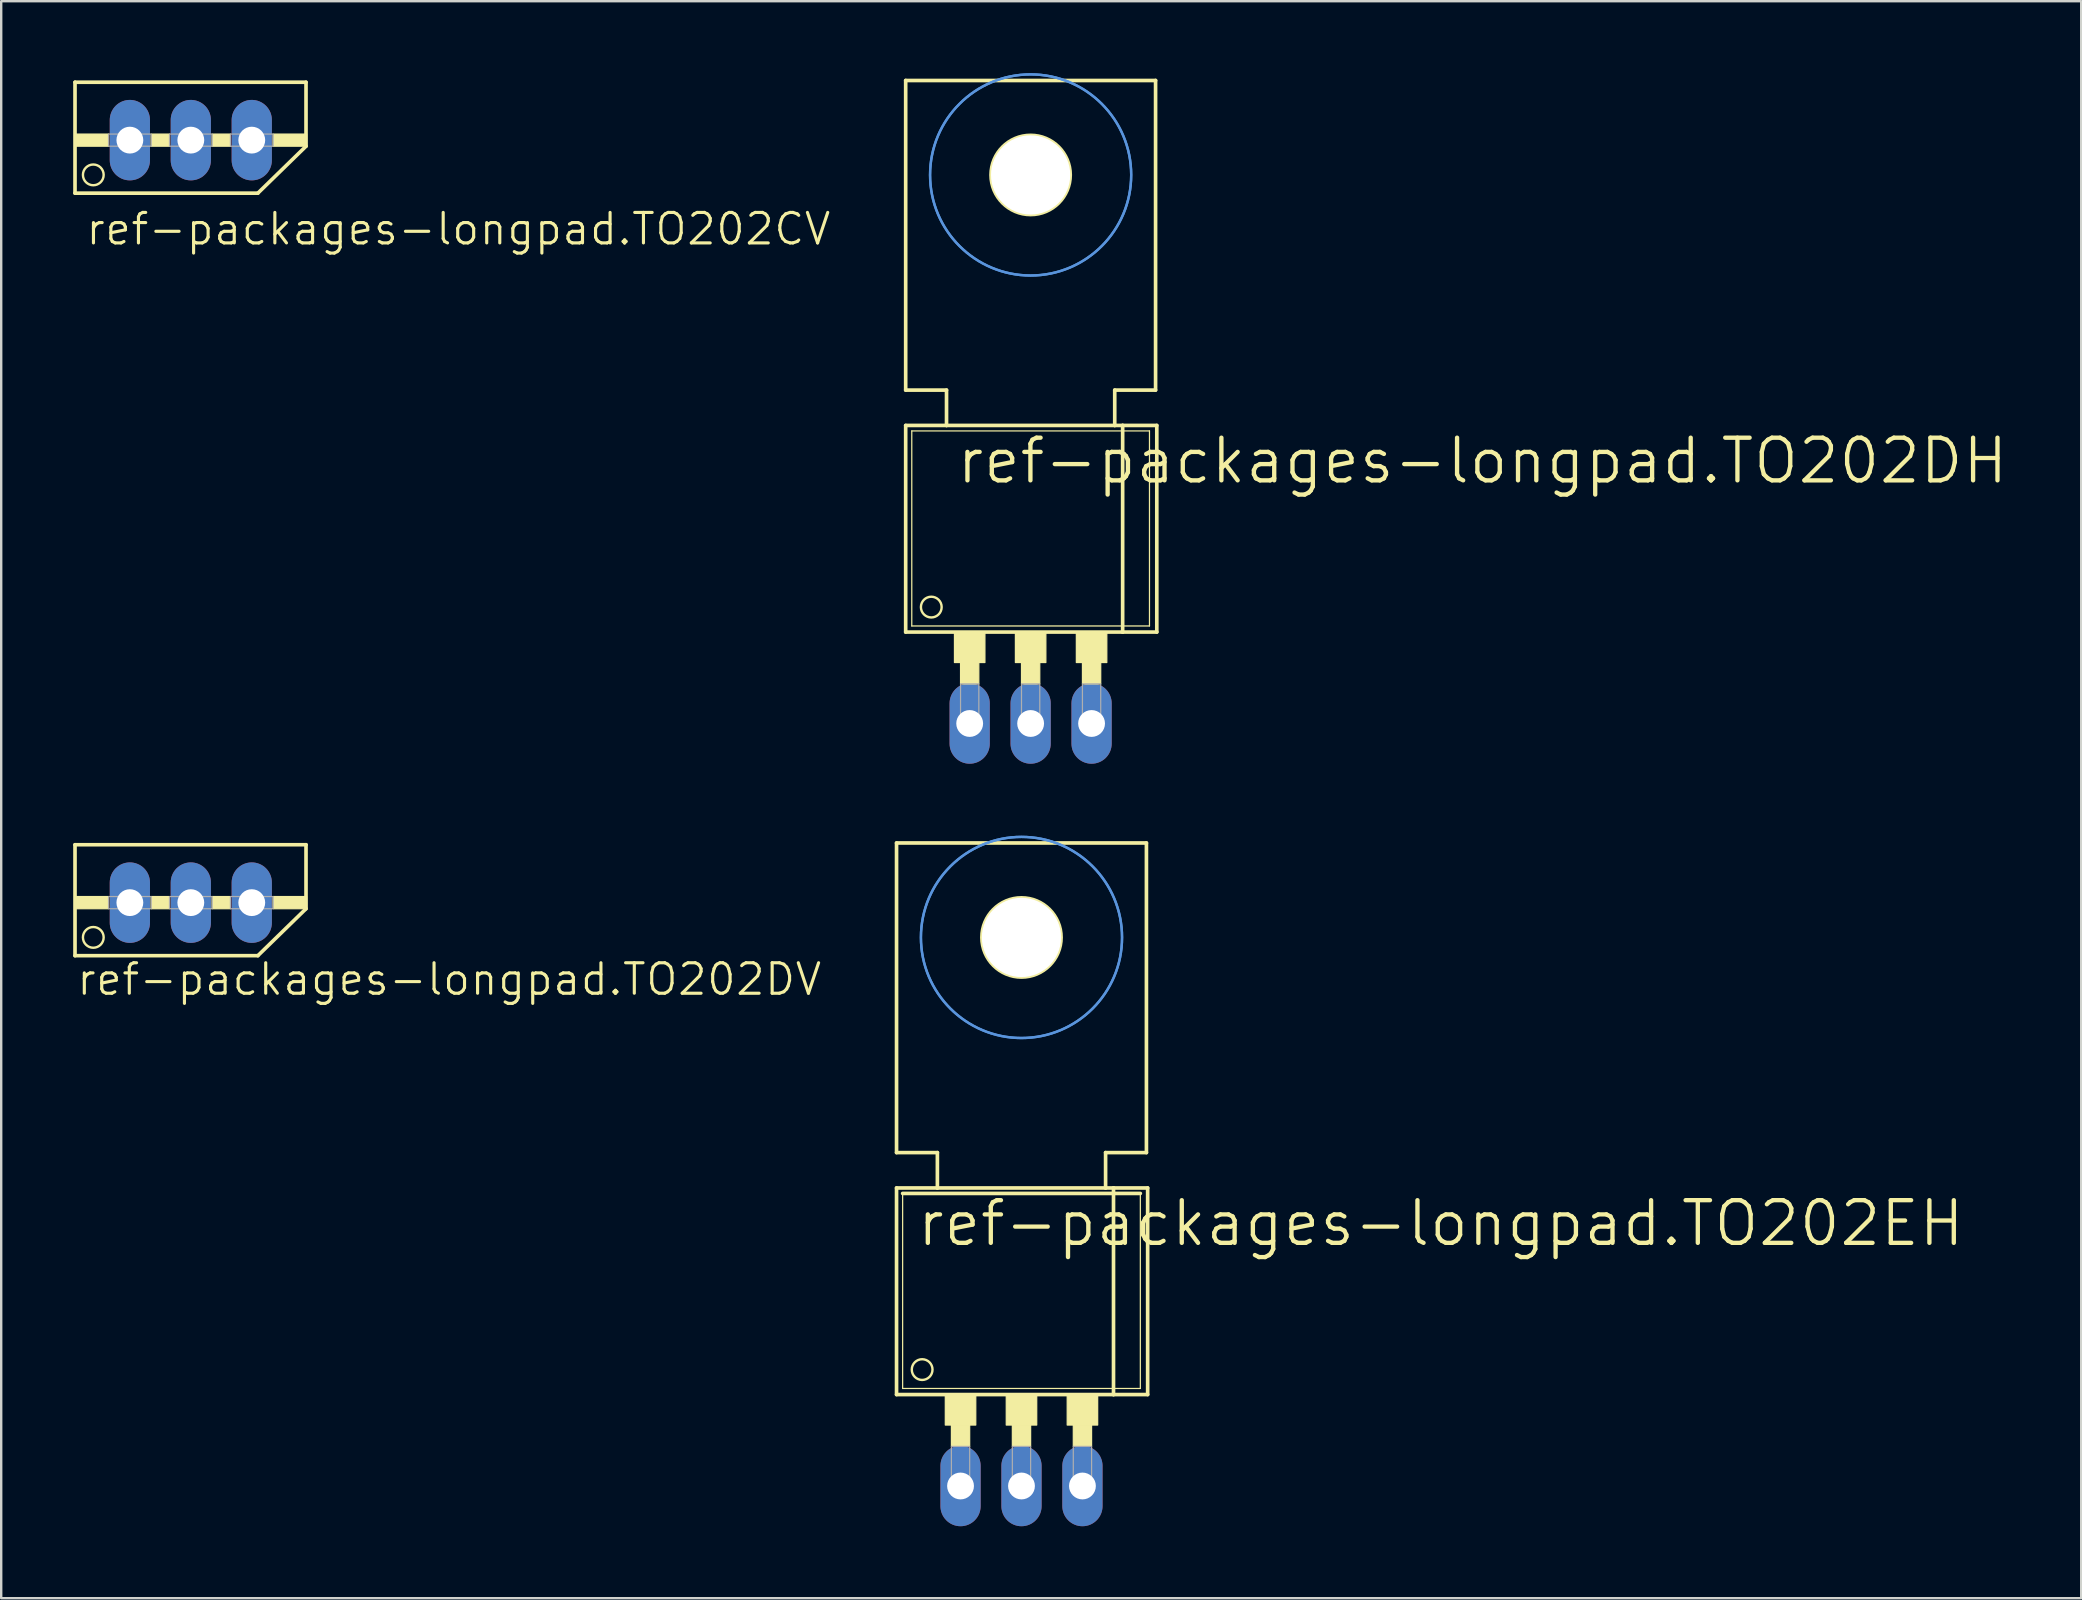
<source format=kicad_pcb>
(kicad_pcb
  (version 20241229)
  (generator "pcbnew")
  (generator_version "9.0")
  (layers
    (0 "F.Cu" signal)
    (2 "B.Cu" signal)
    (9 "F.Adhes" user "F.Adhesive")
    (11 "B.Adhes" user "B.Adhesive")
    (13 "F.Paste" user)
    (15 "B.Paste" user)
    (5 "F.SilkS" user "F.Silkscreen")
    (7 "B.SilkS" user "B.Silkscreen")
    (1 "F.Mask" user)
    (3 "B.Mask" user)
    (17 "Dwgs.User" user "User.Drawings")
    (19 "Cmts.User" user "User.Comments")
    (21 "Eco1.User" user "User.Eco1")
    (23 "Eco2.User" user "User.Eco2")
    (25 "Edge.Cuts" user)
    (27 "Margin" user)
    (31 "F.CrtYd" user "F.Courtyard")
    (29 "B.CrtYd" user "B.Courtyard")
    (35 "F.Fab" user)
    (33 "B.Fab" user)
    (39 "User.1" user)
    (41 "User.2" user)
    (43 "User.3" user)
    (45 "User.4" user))
  (footprint "ref-packages-longpad.TO202CV"
    (layer "F.Cu")
    (at 4.902 0.25)
    (property "Reference" "ref-packages-longpad.TO202CV" (at -4.445 6.985 0) (layer "F.SilkS") (effects (font (size 1.27 1.27) (thickness 0.13)) (justify left bottom)))
    (attr through_hole)
    (fp_line (start -4.826 0.127) (end 4.801 0.127) (stroke (width 0.152) (type default)) (layer "F.SilkS"))
    (fp_line (start -4.826 4.75) (end -4.826 0.127) (stroke (width 0.152) (type default)) (layer "F.SilkS"))
    (fp_line (start -4.826 4.75) (end 2.794 4.75) (stroke (width 0.152) (type default)) (layer "F.SilkS"))
    (fp_line (start 2.794 4.75) (end 4.801 2.794) (stroke (width 0.152) (type default)) (layer "F.SilkS"))
    (fp_line (start 4.801 0.127) (end 4.801 2.794) (stroke (width 0.152) (type default)) (layer "F.SilkS"))
    (fp_rect (start -4.826 2.794) (end -3.429 2.286) (stroke (width 0.05) (type default)) (fill yes) (layer "F.SilkS"))
    (fp_rect (start -1.651 2.794) (end -0.889 2.286) (stroke (width 0.05) (type default)) (fill yes) (layer "F.SilkS"))
    (fp_rect (start 0.889 2.794) (end 1.651 2.286) (stroke (width 0.05) (type default)) (fill yes) (layer "F.SilkS"))
    (fp_rect (start 3.429 2.794) (end 4.826 2.286) (stroke (width 0.05) (type default)) (fill yes) (layer "F.SilkS"))
    (fp_circle (center -4.064 3.988) (end -3.632 3.988) (stroke (width 0.1) (type default)) (fill no) (layer "F.SilkS"))
    (fp_rect (start -3.429 2.794) (end -1.651 2.286) (stroke (width 0.05) (type default)) (fill no) (layer "F.Fab"))
    (fp_rect (start -0.889 2.794) (end 0.889 2.286) (stroke (width 0.05) (type default)) (fill no) (layer "F.Fab"))
    (fp_rect (start 1.651 2.794) (end 3.429 2.286) (stroke (width 0.05) (type default)) (fill no) (layer "F.Fab"))
    (pad "B" thru_hole oval (at 0 2.54 90) (size 3.353 1.676) (drill 1.118) (layers "*.Cu" "*.Mask"))
    (pad "C" thru_hole oval (at -2.54 2.54 90) (size 3.353 1.676) (drill 1.118) (layers "*.Cu" "*.Mask"))
    (pad "E" thru_hole oval (at 2.54 2.54 90) (size 3.353 1.676) (drill 1.118) (layers "*.Cu" "*.Mask")))
  (footprint "ref-packages-longpad.TO202DH"
    (layer "F.Cu")
    (at 39.901 22.021)
    (property "Reference" "ref-packages-longpad.TO202DH" (at -3.175 -4.826 0) (layer "F.SilkS") (effects (font (size 1.778 1.778) (thickness 0.18)) (justify left bottom)))
    (attr through_hole)
    (fp_line (start -5.207 -21.717) (end -5.207 -8.814) (stroke (width 0.152) (type default)) (layer "F.SilkS"))
    (fp_line (start -5.207 -7.341) (end -3.505 -7.341) (stroke (width 0.152) (type default)) (layer "F.SilkS"))
    (fp_line (start -5.207 1.27) (end -5.207 -7.341) (stroke (width 0.152) (type default)) (layer "F.SilkS"))
    (fp_line (start -5.207 1.27) (end 3.835 1.27) (stroke (width 0.152) (type default)) (layer "F.SilkS"))
    (fp_line (start -4.953 1.016) (end -4.953 -7.112) (stroke (width 0.051) (type default)) (layer "F.SilkS"))
    (fp_line (start -4.953 1.016) (end 4.953 1.016) (stroke (width 0.051) (type default)) (layer "F.SilkS"))
    (fp_line (start -3.505 -8.814) (end -5.207 -8.814) (stroke (width 0.152) (type default)) (layer "F.SilkS"))
    (fp_line (start -3.505 -7.341) (end -3.505 -8.814) (stroke (width 0.152) (type default)) (layer "F.SilkS"))
    (fp_line (start -3.505 -7.341) (end 3.505 -7.341) (stroke (width 0.152) (type default)) (layer "F.SilkS"))
    (fp_line (start 3.505 -8.814) (end 3.505 -7.341) (stroke (width 0.152) (type default)) (layer "F.SilkS"))
    (fp_line (start 3.505 -7.341) (end 3.835 -7.341) (stroke (width 0.152) (type default)) (layer "F.SilkS"))
    (fp_line (start 3.835 -7.341) (end 5.258 -7.341) (stroke (width 0.152) (type default)) (layer "F.SilkS"))
    (fp_line (start 3.835 1.27) (end 3.835 -7.341) (stroke (width 0.152) (type default)) (layer "F.SilkS"))
    (fp_line (start 3.835 1.27) (end 5.258 1.27) (stroke (width 0.152) (type default)) (layer "F.SilkS"))
    (fp_line (start 4.953 -7.112) (end -4.953 -7.112) (stroke (width 0.051) (type default)) (layer "F.SilkS"))
    (fp_line (start 4.953 -7.112) (end 4.953 1.016) (stroke (width 0.051) (type default)) (layer "F.SilkS"))
    (fp_line (start 5.207 -21.717) (end -5.207 -21.717) (stroke (width 0.152) (type default)) (layer "F.SilkS"))
    (fp_line (start 5.207 -21.717) (end 5.207 -8.814) (stroke (width 0.152) (type default)) (layer "F.SilkS"))
    (fp_line (start 5.207 -8.814) (end 3.505 -8.814) (stroke (width 0.152) (type default)) (layer "F.SilkS"))
    (fp_line (start 5.258 1.27) (end 5.258 -7.341) (stroke (width 0.152) (type default)) (layer "F.SilkS"))
    (fp_rect (start -3.175 2.54) (end -1.905 1.27) (stroke (width 0.05) (type default)) (fill yes) (layer "F.SilkS"))
    (fp_rect (start -2.921 3.429) (end -2.159 2.54) (stroke (width 0.05) (type default)) (fill yes) (layer "F.SilkS"))
    (fp_rect (start -0.635 2.54) (end 0.635 1.27) (stroke (width 0.05) (type default)) (fill yes) (layer "F.SilkS"))
    (fp_rect (start -0.381 3.429) (end 0.381 2.54) (stroke (width 0.05) (type default)) (fill yes) (layer "F.SilkS"))
    (fp_rect (start 1.905 2.54) (end 3.175 1.27) (stroke (width 0.05) (type default)) (fill yes) (layer "F.SilkS"))
    (fp_rect (start 2.159 3.429) (end 2.921 2.54) (stroke (width 0.05) (type default)) (fill yes) (layer "F.SilkS"))
    (fp_circle (center -4.14 0.229) (end -3.708 0.229) (stroke (width 0.1) (type default)) (fill no) (layer "F.SilkS"))
    (fp_circle (center 0 -17.78) (end 1.651 -17.78) (stroke (width 0.152) (type default)) (fill no) (layer "F.SilkS"))
    (fp_circle (center 0 -17.78) (end 4.191 -17.78) (stroke (width 0.1) (type default)) (fill no) (layer "Cmts.User"))
    (fp_circle (center 0 -17.78) (end 4.191 -17.78) (stroke (width 0.1) (type default)) (fill no) (layer "Cmts.User"))
    (fp_rect (start -2.921 5.207) (end -2.159 3.429) (stroke (width 0.05) (type default)) (fill no) (layer "F.Fab"))
    (fp_rect (start -0.381 5.207) (end 0.381 3.429) (stroke (width 0.05) (type default)) (fill no) (layer "F.Fab"))
    (fp_rect (start 2.159 5.207) (end 2.921 3.429) (stroke (width 0.05) (type default)) (fill no) (layer "F.Fab"))
    (pad "" np_thru_hole circle (at 0 -17.78) (size 3.302 3.302) (drill 3.302) (layers "*.Cu" "*.Mask"))
    (pad "B" thru_hole oval (at 2.54 5.08 90) (size 3.353 1.676) (drill 1.118) (layers "*.Cu" "*.Mask"))
    (pad "C" thru_hole oval (at 0 5.08 90) (size 3.353 1.676) (drill 1.118) (layers "*.Cu" "*.Mask"))
    (pad "E" thru_hole oval (at -2.54 5.08 90) (size 3.353 1.676) (drill 1.118) (layers "*.Cu" "*.Mask")))
  (footprint "ref-packages-longpad.TO202EH"
    (layer "F.Cu")
    (at 39.52 53.798)
    (property "Reference" "ref-packages-longpad.TO202EH" (at -4.445 -4.826 0) (layer "F.SilkS") (effects (font (size 1.778 1.778) (thickness 0.18)) (justify left bottom)))
    (attr through_hole)
    (fp_line (start -5.207 -21.717) (end -5.207 -8.814) (stroke (width 0.152) (type default)) (layer "F.SilkS"))
    (fp_line (start -5.207 -7.341) (end -3.505 -7.341) (stroke (width 0.152) (type default)) (layer "F.SilkS"))
    (fp_line (start -5.207 1.27) (end -5.207 -7.341) (stroke (width 0.152) (type default)) (layer "F.SilkS"))
    (fp_line (start -5.207 1.27) (end 3.835 1.27) (stroke (width 0.152) (type default)) (layer "F.SilkS"))
    (fp_line (start -4.953 1.016) (end -4.953 -7.112) (stroke (width 0.051) (type default)) (layer "F.SilkS"))
    (fp_line (start -4.953 1.016) (end 4.953 1.016) (stroke (width 0.051) (type default)) (layer "F.SilkS"))
    (fp_line (start -3.505 -8.814) (end -5.207 -8.814) (stroke (width 0.152) (type default)) (layer "F.SilkS"))
    (fp_line (start -3.505 -7.341) (end -3.505 -8.814) (stroke (width 0.152) (type default)) (layer "F.SilkS"))
    (fp_line (start -3.505 -7.341) (end 3.505 -7.341) (stroke (width 0.152) (type default)) (layer "F.SilkS"))
    (fp_line (start 3.505 -8.814) (end 3.505 -7.341) (stroke (width 0.152) (type default)) (layer "F.SilkS"))
    (fp_line (start 3.505 -7.341) (end 3.835 -7.341) (stroke (width 0.152) (type default)) (layer "F.SilkS"))
    (fp_line (start 3.835 -7.341) (end 5.258 -7.341) (stroke (width 0.152) (type default)) (layer "F.SilkS"))
    (fp_line (start 3.835 1.27) (end 3.835 -7.341) (stroke (width 0.152) (type default)) (layer "F.SilkS"))
    (fp_line (start 3.835 1.27) (end 5.258 1.27) (stroke (width 0.152) (type default)) (layer "F.SilkS"))
    (fp_line (start 4.953 -7.112) (end -4.953 -7.112) (stroke (width 0.152) (type default)) (layer "F.SilkS"))
    (fp_line (start 4.953 -7.112) (end 4.953 1.016) (stroke (width 0.051) (type default)) (layer "F.SilkS"))
    (fp_line (start 5.207 -21.717) (end -5.207 -21.717) (stroke (width 0.152) (type default)) (layer "F.SilkS"))
    (fp_line (start 5.207 -21.717) (end 5.207 -8.814) (stroke (width 0.152) (type default)) (layer "F.SilkS"))
    (fp_line (start 5.207 -8.814) (end 3.505 -8.814) (stroke (width 0.152) (type default)) (layer "F.SilkS"))
    (fp_line (start 5.258 1.27) (end 5.258 -7.341) (stroke (width 0.152) (type default)) (layer "F.SilkS"))
    (fp_rect (start -3.175 2.54) (end -1.905 1.27) (stroke (width 0.05) (type default)) (fill yes) (layer "F.SilkS"))
    (fp_rect (start -2.921 3.429) (end -2.159 2.54) (stroke (width 0.05) (type default)) (fill yes) (layer "F.SilkS"))
    (fp_rect (start -0.635 2.54) (end 0.635 1.27) (stroke (width 0.05) (type default)) (fill yes) (layer "F.SilkS"))
    (fp_rect (start -0.381 3.429) (end 0.381 2.54) (stroke (width 0.05) (type default)) (fill yes) (layer "F.SilkS"))
    (fp_rect (start 1.905 2.54) (end 3.175 1.27) (stroke (width 0.05) (type default)) (fill yes) (layer "F.SilkS"))
    (fp_rect (start 2.159 3.429) (end 2.921 2.54) (stroke (width 0.05) (type default)) (fill yes) (layer "F.SilkS"))
    (fp_circle (center -4.14 0.229) (end -3.708 0.229) (stroke (width 0.1) (type default)) (fill no) (layer "F.SilkS"))
    (fp_circle (center 0 -17.78) (end 1.651 -17.78) (stroke (width 0.152) (type default)) (fill no) (layer "F.SilkS"))
    (fp_circle (center 0 -17.78) (end 4.191 -17.78) (stroke (width 0.1) (type default)) (fill no) (layer "Cmts.User"))
    (fp_circle (center 0 -17.78) (end 4.191 -17.78) (stroke (width 0.1) (type default)) (fill no) (layer "Cmts.User"))
    (fp_rect (start -2.921 5.207) (end -2.159 3.429) (stroke (width 0.05) (type default)) (fill no) (layer "F.Fab"))
    (fp_rect (start -0.381 5.207) (end 0.381 3.429) (stroke (width 0.05) (type default)) (fill no) (layer "F.Fab"))
    (fp_rect (start 2.159 5.207) (end 2.921 3.429) (stroke (width 0.05) (type default)) (fill no) (layer "F.Fab"))
    (pad "" np_thru_hole circle (at 0 -17.78) (size 3.302 3.302) (drill 3.302) (layers "*.Cu" "*.Mask"))
    (pad "D" thru_hole oval (at 0 5.08 90) (size 3.353 1.676) (drill 1.118) (layers "*.Cu" "*.Mask"))
    (pad "G" thru_hole oval (at 2.54 5.08 90) (size 3.353 1.676) (drill 1.118) (layers "*.Cu" "*.Mask"))
    (pad "S" thru_hole oval (at -2.54 5.08 90) (size 3.353 1.676) (drill 1.118) (layers "*.Cu" "*.Mask")))
  (footprint "ref-packages-longpad.TO202DV"
    (layer "F.Cu")
    (at 4.902 32.027)
    (property "Reference" "ref-packages-longpad.TO202DV" (at -4.826 6.477 0) (layer "F.SilkS") (effects (font (size 1.27 1.27) (thickness 0.13)) (justify left bottom)))
    (attr through_hole)
    (fp_line (start -4.826 0.127) (end 4.801 0.127) (stroke (width 0.152) (type default)) (layer "F.SilkS"))
    (fp_line (start -4.826 4.75) (end -4.826 0.127) (stroke (width 0.152) (type default)) (layer "F.SilkS"))
    (fp_line (start -4.826 4.75) (end 2.794 4.75) (stroke (width 0.152) (type default)) (layer "F.SilkS"))
    (fp_line (start 2.794 4.75) (end 4.801 2.794) (stroke (width 0.152) (type default)) (layer "F.SilkS"))
    (fp_line (start 4.801 0.127) (end 4.801 2.794) (stroke (width 0.152) (type default)) (layer "F.SilkS"))
    (fp_rect (start -4.826 2.794) (end -3.429 2.286) (stroke (width 0.05) (type default)) (fill yes) (layer "F.SilkS"))
    (fp_rect (start -1.651 2.794) (end -0.889 2.286) (stroke (width 0.05) (type default)) (fill yes) (layer "F.SilkS"))
    (fp_rect (start 0.889 2.794) (end 1.651 2.286) (stroke (width 0.05) (type default)) (fill yes) (layer "F.SilkS"))
    (fp_rect (start 3.429 2.794) (end 4.826 2.286) (stroke (width 0.05) (type default)) (fill yes) (layer "F.SilkS"))
    (fp_circle (center -4.064 3.988) (end -3.632 3.988) (stroke (width 0.1) (type default)) (fill no) (layer "F.SilkS"))
    (fp_rect (start -3.429 2.794) (end -1.651 2.286) (stroke (width 0.05) (type default)) (fill no) (layer "F.Fab"))
    (fp_rect (start -0.889 2.794) (end 0.889 2.286) (stroke (width 0.05) (type default)) (fill no) (layer "F.Fab"))
    (fp_rect (start 1.651 2.794) (end 3.429 2.286) (stroke (width 0.05) (type default)) (fill no) (layer "F.Fab"))
    (pad "B" thru_hole oval (at 2.54 2.54 90) (size 3.353 1.676) (drill 1.118) (layers "*.Cu" "*.Mask"))
    (pad "C" thru_hole oval (at 0 2.54 90) (size 3.353 1.676) (drill 1.118) (layers "*.Cu" "*.Mask"))
    (pad "E" thru_hole oval (at -2.54 2.54 90) (size 3.353 1.676) (drill 1.118) (layers "*.Cu" "*.Mask")))
  (gr_rect
    (start -3 -3)
    (end 83.683 63.555)
    (stroke (width 0.1) (type default))
    (fill no)
    (layer "Edge.Cuts")))
</source>
